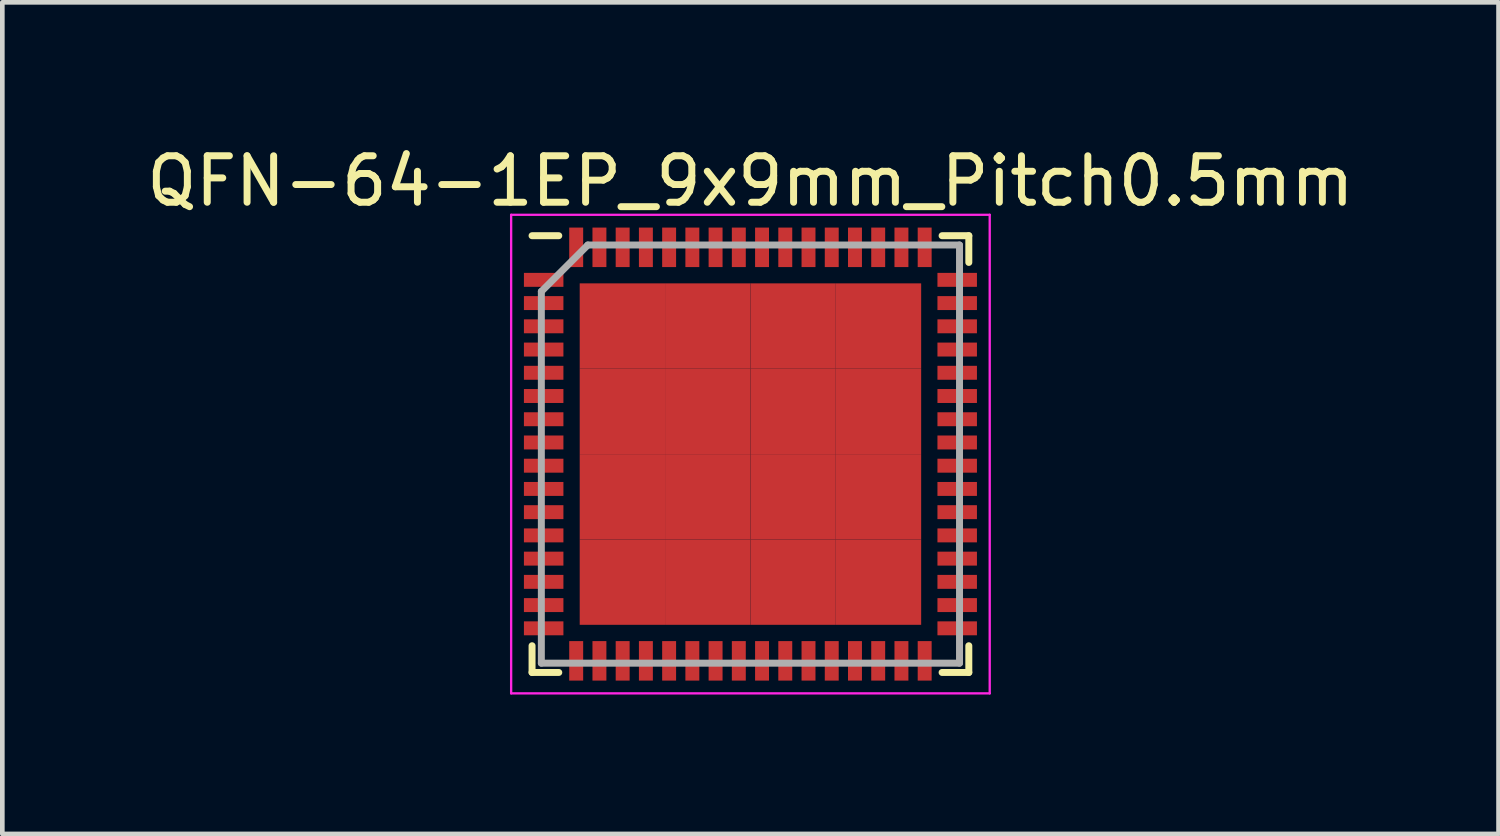
<source format=kicad_pcb>
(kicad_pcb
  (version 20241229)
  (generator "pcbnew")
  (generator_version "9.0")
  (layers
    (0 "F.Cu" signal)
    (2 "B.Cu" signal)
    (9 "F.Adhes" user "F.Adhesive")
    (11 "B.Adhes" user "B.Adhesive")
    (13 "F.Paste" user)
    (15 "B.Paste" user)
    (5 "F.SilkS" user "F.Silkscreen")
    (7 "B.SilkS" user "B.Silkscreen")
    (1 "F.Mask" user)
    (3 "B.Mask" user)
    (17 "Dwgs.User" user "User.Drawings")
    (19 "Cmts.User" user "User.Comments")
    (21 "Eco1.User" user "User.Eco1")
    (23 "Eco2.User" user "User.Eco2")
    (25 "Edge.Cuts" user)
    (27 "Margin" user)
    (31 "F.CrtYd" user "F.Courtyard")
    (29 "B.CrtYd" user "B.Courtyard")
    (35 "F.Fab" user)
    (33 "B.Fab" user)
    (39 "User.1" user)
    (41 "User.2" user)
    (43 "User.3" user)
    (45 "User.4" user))
  (footprint "QFN-64-1EP_9x9mm_Pitch0.5mm"
    (layer "F.Cu")
    (at 13.101 6.723)
    (property "Reference" "QFN-64-1EP_9x9mm_Pitch0.5mm" (at 0 -5.875 0) (layer "F.SilkS") (effects (font (size 1 1) (thickness 0.15))))
    (attr smd)
    (fp_line (start -4.7 -4.7) (end -4.125 -4.7) (stroke (width 0.15) (type solid)) (layer "F.SilkS"))
    (fp_line (start -4.7 4.7) (end -4.7 4.125) (stroke (width 0.15) (type solid)) (layer "F.SilkS"))
    (fp_line (start -4.7 4.7) (end -4.125 4.7) (stroke (width 0.15) (type solid)) (layer "F.SilkS"))
    (fp_line (start 4.7 -4.7) (end 4.125 -4.7) (stroke (width 0.15) (type solid)) (layer "F.SilkS"))
    (fp_line (start 4.7 -4.7) (end 4.7 -4.125) (stroke (width 0.15) (type solid)) (layer "F.SilkS"))
    (fp_line (start 4.7 4.7) (end 4.125 4.7) (stroke (width 0.15) (type solid)) (layer "F.SilkS"))
    (fp_line (start 4.7 4.7) (end 4.7 4.125) (stroke (width 0.15) (type solid)) (layer "F.SilkS"))
    (fp_line (start -5.15 -5.15) (end -5.15 5.15) (stroke (width 0.05) (type solid)) (layer "F.CrtYd"))
    (fp_line (start -5.15 -5.15) (end 5.15 -5.15) (stroke (width 0.05) (type solid)) (layer "F.CrtYd"))
    (fp_line (start -5.15 5.15) (end 5.15 5.15) (stroke (width 0.05) (type solid)) (layer "F.CrtYd"))
    (fp_line (start 5.15 -5.15) (end 5.15 5.15) (stroke (width 0.05) (type solid)) (layer "F.CrtYd"))
    (fp_line (start -4.5 -3.5) (end -3.5 -4.5) (stroke (width 0.15) (type solid)) (layer "F.Fab"))
    (fp_line (start -4.5 4.5) (end -4.5 -3.5) (stroke (width 0.15) (type solid)) (layer "F.Fab"))
    (fp_line (start -3.5 -4.5) (end 4.5 -4.5) (stroke (width 0.15) (type solid)) (layer "F.Fab"))
    (fp_line (start 4.5 -4.5) (end 4.5 4.5) (stroke (width 0.15) (type solid)) (layer "F.Fab"))
    (fp_line (start 4.5 4.5) (end -4.5 4.5) (stroke (width 0.15) (type solid)) (layer "F.Fab"))
    (pad "1" smd rect (at -4.45 -3.75) (size 0.85 0.3) (layers "F.Cu" "F.Mask" "F.Paste"))
    (pad "2" smd rect (at -4.45 -3.25) (size 0.85 0.3) (layers "F.Cu" "F.Mask" "F.Paste"))
    (pad "3" smd rect (at -4.45 -2.75) (size 0.85 0.3) (layers "F.Cu" "F.Mask" "F.Paste"))
    (pad "4" smd rect (at -4.45 -2.25) (size 0.85 0.3) (layers "F.Cu" "F.Mask" "F.Paste"))
    (pad "5" smd rect (at -4.45 -1.75) (size 0.85 0.3) (layers "F.Cu" "F.Mask" "F.Paste"))
    (pad "6" smd rect (at -4.45 -1.25) (size 0.85 0.3) (layers "F.Cu" "F.Mask" "F.Paste"))
    (pad "7" smd rect (at -4.45 -0.75) (size 0.85 0.3) (layers "F.Cu" "F.Mask" "F.Paste"))
    (pad "8" smd rect (at -4.45 -0.25) (size 0.85 0.3) (layers "F.Cu" "F.Mask" "F.Paste"))
    (pad "9" smd rect (at -4.45 0.25) (size 0.85 0.3) (layers "F.Cu" "F.Mask" "F.Paste"))
    (pad "10" smd rect (at -4.45 0.75) (size 0.85 0.3) (layers "F.Cu" "F.Mask" "F.Paste"))
    (pad "11" smd rect (at -4.45 1.25) (size 0.85 0.3) (layers "F.Cu" "F.Mask" "F.Paste"))
    (pad "12" smd rect (at -4.45 1.75) (size 0.85 0.3) (layers "F.Cu" "F.Mask" "F.Paste"))
    (pad "13" smd rect (at -4.45 2.25) (size 0.85 0.3) (layers "F.Cu" "F.Mask" "F.Paste"))
    (pad "14" smd rect (at -4.45 2.75) (size 0.85 0.3) (layers "F.Cu" "F.Mask" "F.Paste"))
    (pad "15" smd rect (at -4.45 3.25) (size 0.85 0.3) (layers "F.Cu" "F.Mask" "F.Paste"))
    (pad "16" smd rect (at -4.45 3.75) (size 0.85 0.3) (layers "F.Cu" "F.Mask" "F.Paste"))
    (pad "17" smd rect (at -3.75 4.45 90) (size 0.85 0.3) (layers "F.Cu" "F.Mask" "F.Paste"))
    (pad "18" smd rect (at -3.25 4.45 90) (size 0.85 0.3) (layers "F.Cu" "F.Mask" "F.Paste"))
    (pad "19" smd rect (at -2.75 4.45 90) (size 0.85 0.3) (layers "F.Cu" "F.Mask" "F.Paste"))
    (pad "20" smd rect (at -2.25 4.45 90) (size 0.85 0.3) (layers "F.Cu" "F.Mask" "F.Paste"))
    (pad "21" smd rect (at -1.75 4.45 90) (size 0.85 0.3) (layers "F.Cu" "F.Mask" "F.Paste"))
    (pad "22" smd rect (at -1.25 4.45 90) (size 0.85 0.3) (layers "F.Cu" "F.Mask" "F.Paste"))
    (pad "23" smd rect (at -0.75 4.45 90) (size 0.85 0.3) (layers "F.Cu" "F.Mask" "F.Paste"))
    (pad "24" smd rect (at -0.25 4.45 90) (size 0.85 0.3) (layers "F.Cu" "F.Mask" "F.Paste"))
    (pad "25" smd rect (at 0.25 4.45 90) (size 0.85 0.3) (layers "F.Cu" "F.Mask" "F.Paste"))
    (pad "26" smd rect (at 0.75 4.45 90) (size 0.85 0.3) (layers "F.Cu" "F.Mask" "F.Paste"))
    (pad "27" smd rect (at 1.25 4.45 90) (size 0.85 0.3) (layers "F.Cu" "F.Mask" "F.Paste"))
    (pad "28" smd rect (at 1.75 4.45 90) (size 0.85 0.3) (layers "F.Cu" "F.Mask" "F.Paste"))
    (pad "29" smd rect (at 2.25 4.45 90) (size 0.85 0.3) (layers "F.Cu" "F.Mask" "F.Paste"))
    (pad "30" smd rect (at 2.75 4.45 90) (size 0.85 0.3) (layers "F.Cu" "F.Mask" "F.Paste"))
    (pad "31" smd rect (at 3.25 4.45 90) (size 0.85 0.3) (layers "F.Cu" "F.Mask" "F.Paste"))
    (pad "32" smd rect (at 3.75 4.45 90) (size 0.85 0.3) (layers "F.Cu" "F.Mask" "F.Paste"))
    (pad "33" smd rect (at 4.45 3.75) (size 0.85 0.3) (layers "F.Cu" "F.Mask" "F.Paste"))
    (pad "34" smd rect (at 4.45 3.25) (size 0.85 0.3) (layers "F.Cu" "F.Mask" "F.Paste"))
    (pad "35" smd rect (at 4.45 2.75) (size 0.85 0.3) (layers "F.Cu" "F.Mask" "F.Paste"))
    (pad "36" smd rect (at 4.45 2.25) (size 0.85 0.3) (layers "F.Cu" "F.Mask" "F.Paste"))
    (pad "37" smd rect (at 4.45 1.75) (size 0.85 0.3) (layers "F.Cu" "F.Mask" "F.Paste"))
    (pad "38" smd rect (at 4.45 1.25) (size 0.85 0.3) (layers "F.Cu" "F.Mask" "F.Paste"))
    (pad "39" smd rect (at 4.45 0.75) (size 0.85 0.3) (layers "F.Cu" "F.Mask" "F.Paste"))
    (pad "40" smd rect (at 4.45 0.25) (size 0.85 0.3) (layers "F.Cu" "F.Mask" "F.Paste"))
    (pad "41" smd rect (at 4.45 -0.25) (size 0.85 0.3) (layers "F.Cu" "F.Mask" "F.Paste"))
    (pad "42" smd rect (at 4.45 -0.75) (size 0.85 0.3) (layers "F.Cu" "F.Mask" "F.Paste"))
    (pad "43" smd rect (at 4.45 -1.25) (size 0.85 0.3) (layers "F.Cu" "F.Mask" "F.Paste"))
    (pad "44" smd rect (at 4.45 -1.75) (size 0.85 0.3) (layers "F.Cu" "F.Mask" "F.Paste"))
    (pad "45" smd rect (at 4.45 -2.25) (size 0.85 0.3) (layers "F.Cu" "F.Mask" "F.Paste"))
    (pad "46" smd rect (at 4.45 -2.75) (size 0.85 0.3) (layers "F.Cu" "F.Mask" "F.Paste"))
    (pad "47" smd rect (at 4.45 -3.25) (size 0.85 0.3) (layers "F.Cu" "F.Mask" "F.Paste"))
    (pad "48" smd rect (at 4.45 -3.75) (size 0.85 0.3) (layers "F.Cu" "F.Mask" "F.Paste"))
    (pad "49" smd rect (at 3.75 -4.45 90) (size 0.85 0.3) (layers "F.Cu" "F.Mask" "F.Paste"))
    (pad "50" smd rect (at 3.25 -4.45 90) (size 0.85 0.3) (layers "F.Cu" "F.Mask" "F.Paste"))
    (pad "51" smd rect (at 2.75 -4.45 90) (size 0.85 0.3) (layers "F.Cu" "F.Mask" "F.Paste"))
    (pad "52" smd rect (at 2.25 -4.45 90) (size 0.85 0.3) (layers "F.Cu" "F.Mask" "F.Paste"))
    (pad "53" smd rect (at 1.75 -4.45 90) (size 0.85 0.3) (layers "F.Cu" "F.Mask" "F.Paste"))
    (pad "54" smd rect (at 1.25 -4.45 90) (size 0.85 0.3) (layers "F.Cu" "F.Mask" "F.Paste"))
    (pad "55" smd rect (at 0.75 -4.45 90) (size 0.85 0.3) (layers "F.Cu" "F.Mask" "F.Paste"))
    (pad "56" smd rect (at 0.25 -4.45 90) (size 0.85 0.3) (layers "F.Cu" "F.Mask" "F.Paste"))
    (pad "57" smd rect (at -0.25 -4.45 90) (size 0.85 0.3) (layers "F.Cu" "F.Mask" "F.Paste"))
    (pad "58" smd rect (at -0.75 -4.45 90) (size 0.85 0.3) (layers "F.Cu" "F.Mask" "F.Paste"))
    (pad "59" smd rect (at -1.25 -4.45 90) (size 0.85 0.3) (layers "F.Cu" "F.Mask" "F.Paste"))
    (pad "60" smd rect (at -1.75 -4.45 90) (size 0.85 0.3) (layers "F.Cu" "F.Mask" "F.Paste"))
    (pad "61" smd rect (at -2.25 -4.45 90) (size 0.85 0.3) (layers "F.Cu" "F.Mask" "F.Paste"))
    (pad "62" smd rect (at -2.75 -4.45 90) (size 0.85 0.3) (layers "F.Cu" "F.Mask" "F.Paste"))
    (pad "63" smd rect (at -3.25 -4.45 90) (size 0.85 0.3) (layers "F.Cu" "F.Mask" "F.Paste"))
    (pad "64" smd rect (at -3.75 -4.45 90) (size 0.85 0.3) (layers "F.Cu" "F.Mask" "F.Paste"))
    (pad "65" smd rect (at -2.756 -2.756) (size 1.837 1.837) (layers "F.Cu" "F.Mask" "F.Paste"))
    (pad "65" smd rect (at -2.756 -0.919) (size 1.837 1.837) (layers "F.Cu" "F.Mask" "F.Paste"))
    (pad "65" smd rect (at -2.756 0.919) (size 1.837 1.837) (layers "F.Cu" "F.Mask" "F.Paste"))
    (pad "65" smd rect (at -2.756 2.756) (size 1.837 1.837) (layers "F.Cu" "F.Mask" "F.Paste"))
    (pad "65" smd rect (at -0.919 -2.756) (size 1.837 1.837) (layers "F.Cu" "F.Mask" "F.Paste"))
    (pad "65" smd rect (at -0.919 -0.919) (size 1.837 1.837) (layers "F.Cu" "F.Mask" "F.Paste"))
    (pad "65" smd rect (at -0.919 0.919) (size 1.837 1.837) (layers "F.Cu" "F.Mask" "F.Paste"))
    (pad "65" smd rect (at -0.919 2.756) (size 1.837 1.837) (layers "F.Cu" "F.Mask" "F.Paste"))
    (pad "65" smd rect (at 0.919 -2.756) (size 1.837 1.837) (layers "F.Cu" "F.Mask" "F.Paste"))
    (pad "65" smd rect (at 0.919 -0.919) (size 1.837 1.837) (layers "F.Cu" "F.Mask" "F.Paste"))
    (pad "65" smd rect (at 0.919 0.919) (size 1.837 1.837) (layers "F.Cu" "F.Mask" "F.Paste"))
    (pad "65" smd rect (at 0.919 2.756) (size 1.837 1.837) (layers "F.Cu" "F.Mask" "F.Paste"))
    (pad "65" smd rect (at 2.756 -2.756) (size 1.837 1.837) (layers "F.Cu" "F.Mask" "F.Paste"))
    (pad "65" smd rect (at 2.756 -0.919) (size 1.837 1.837) (layers "F.Cu" "F.Mask" "F.Paste"))
    (pad "65" smd rect (at 2.756 0.919) (size 1.837 1.837) (layers "F.Cu" "F.Mask" "F.Paste"))
    (pad "65" smd rect (at 2.756 2.756) (size 1.837 1.837) (layers "F.Cu" "F.Mask" "F.Paste")))
  (gr_rect
    (start -3 -3)
    (end 29.202 14.898)
    (stroke (width 0.1) (type default))
    (fill no)
    (layer "Edge.Cuts")))
</source>
